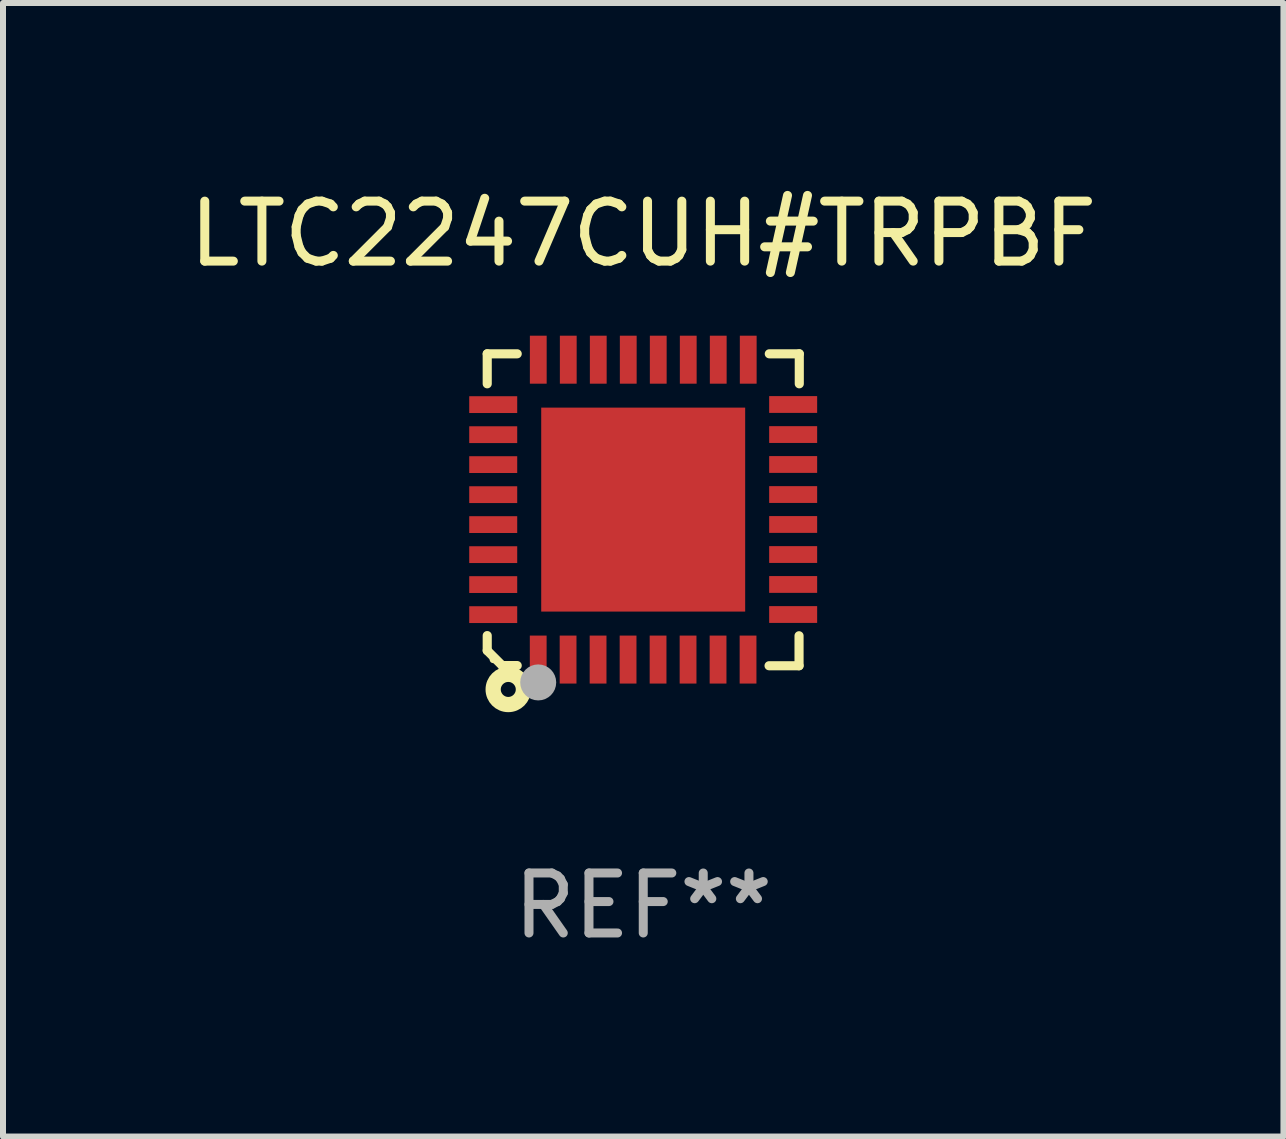
<source format=kicad_pcb>
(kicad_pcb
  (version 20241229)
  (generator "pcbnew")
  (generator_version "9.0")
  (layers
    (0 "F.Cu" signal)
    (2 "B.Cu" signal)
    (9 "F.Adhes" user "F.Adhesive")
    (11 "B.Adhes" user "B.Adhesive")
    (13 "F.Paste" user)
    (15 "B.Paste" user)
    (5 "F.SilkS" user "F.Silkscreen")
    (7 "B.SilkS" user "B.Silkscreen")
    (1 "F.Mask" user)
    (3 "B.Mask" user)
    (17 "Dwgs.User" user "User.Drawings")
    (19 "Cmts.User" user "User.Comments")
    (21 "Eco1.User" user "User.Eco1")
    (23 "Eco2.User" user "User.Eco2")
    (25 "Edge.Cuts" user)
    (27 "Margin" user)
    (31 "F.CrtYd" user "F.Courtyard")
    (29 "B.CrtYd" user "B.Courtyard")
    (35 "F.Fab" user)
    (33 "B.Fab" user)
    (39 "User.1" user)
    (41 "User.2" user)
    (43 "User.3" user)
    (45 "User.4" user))
  (footprint "LTC2247CUH#TRPBF"
    (layer "F.Cu")
    (at 7.673 5.448)
    (property "Reference" "LTC2247CUH#TRPBF" (at 0 -4.6 0) (layer "F.SilkS") (effects (font (size 1 1) (thickness 0.15))))
    (attr through_hole)
    (fp_line (start -2.601 2.097) (end -2.601 2.347) (stroke (width 0.152) (type solid)) (layer "F.SilkS"))
    (fp_line (start -2.601 2.347) (end -2.351 2.597) (stroke (width 0.152) (type solid)) (layer "F.SilkS"))
    (fp_line (start -2.601 -2.6) (end -2.601 -2.1) (stroke (width 0.152) (type solid)) (layer "F.SilkS"))
    (fp_line (start -2.601 -2.6) (end -2.101 -2.6) (stroke (width 0.152) (type solid)) (layer "F.SilkS"))
    (fp_line (start -2.351 2.597) (end -2.101 2.597) (stroke (width 0.152) (type solid)) (layer "F.SilkS"))
    (fp_line (start 2.597 2.6) (end 2.097 2.6) (stroke (width 0.152) (type solid)) (layer "F.SilkS"))
    (fp_line (start 2.597 2.6) (end 2.597 2.1) (stroke (width 0.152) (type solid)) (layer "F.SilkS"))
    (fp_line (start 2.601 -2.6) (end 2.101 -2.6) (stroke (width 0.152) (type solid)) (layer "F.SilkS"))
    (fp_line (start 2.601 -2.6) (end 2.601 -2.1) (stroke (width 0.152) (type solid)) (layer "F.SilkS"))
    (fp_circle (center -2.501 2.497) (end -2.471 2.497) (stroke (width 0.06) (type solid)) (fill no) (layer "F.SilkS"))
    (fp_circle (center -2.25 2.995) (end -2.125 2.995) (stroke (width 0.254) (type solid)) (fill no) (layer "F.SilkS"))
    (fp_circle (center -1.751 2.878) (end -1.601 2.878) (stroke (width 0.3) (type solid)) (fill no) (layer "F.Fab"))
    (fp_text user "REF**" (at 0 6.6 0) (layer "F.Fab") (effects (font (size 1 1) (thickness 0.15))))
    (pad "1" smd rect (at -1.751 2.497) (size 0.28 0.8) (layers "F.Cu" "F.Mask" "F.Paste"))
    (pad "2" smd rect (at -1.253 2.497) (size 0.28 0.8) (layers "F.Cu" "F.Mask" "F.Paste"))
    (pad "3" smd rect (at -0.753 2.497) (size 0.28 0.8) (layers "F.Cu" "F.Mask" "F.Paste"))
    (pad "4" smd rect (at -0.253 2.497) (size 0.28 0.8) (layers "F.Cu" "F.Mask" "F.Paste"))
    (pad "5" smd rect (at 0.247 2.497) (size 0.28 0.8) (layers "F.Cu" "F.Mask" "F.Paste"))
    (pad "6" smd rect (at 0.747 2.497) (size 0.28 0.8) (layers "F.Cu" "F.Mask" "F.Paste"))
    (pad "7" smd rect (at 1.247 2.497) (size 0.28 0.8) (layers "F.Cu" "F.Mask" "F.Paste"))
    (pad "8" smd rect (at 1.747 2.497) (size 0.28 0.8) (layers "F.Cu" "F.Mask" "F.Paste"))
    (pad "9" smd rect (at 2.499 1.746) (size 0.8 0.28) (layers "F.Cu" "F.Mask" "F.Paste"))
    (pad "10" smd rect (at 2.499 1.245) (size 0.8 0.28) (layers "F.Cu" "F.Mask" "F.Paste"))
    (pad "11" smd rect (at 2.499 0.746) (size 0.8 0.28) (layers "F.Cu" "F.Mask" "F.Paste"))
    (pad "12" smd rect (at 2.499 0.245) (size 0.8 0.28) (layers "F.Cu" "F.Mask" "F.Paste"))
    (pad "13" smd rect (at 2.499 -0.254) (size 0.8 0.28) (layers "F.Cu" "F.Mask" "F.Paste"))
    (pad "14" smd rect (at 2.499 -0.755) (size 0.8 0.28) (layers "F.Cu" "F.Mask" "F.Paste"))
    (pad "15" smd rect (at 2.499 -1.254) (size 0.8 0.28) (layers "F.Cu" "F.Mask" "F.Paste"))
    (pad "16" smd rect (at 2.499 -1.755) (size 0.8 0.28) (layers "F.Cu" "F.Mask" "F.Paste"))
    (pad "17" smd rect (at 1.75 -2.502) (size 0.28 0.8) (layers "F.Cu" "F.Mask" "F.Paste"))
    (pad "18" smd rect (at 1.25 -2.502) (size 0.28 0.8) (layers "F.Cu" "F.Mask" "F.Paste"))
    (pad "19" smd rect (at 0.75 -2.502) (size 0.28 0.8) (layers "F.Cu" "F.Mask" "F.Paste"))
    (pad "20" smd rect (at 0.25 -2.502) (size 0.28 0.8) (layers "F.Cu" "F.Mask" "F.Paste"))
    (pad "21" smd rect (at -0.25 -2.502) (size 0.28 0.8) (layers "F.Cu" "F.Mask" "F.Paste"))
    (pad "22" smd rect (at -0.75 -2.502) (size 0.28 0.8) (layers "F.Cu" "F.Mask" "F.Paste"))
    (pad "23" smd rect (at -1.25 -2.502) (size 0.28 0.8) (layers "F.Cu" "F.Mask" "F.Paste"))
    (pad "24" smd rect (at -1.75 -2.502) (size 0.28 0.8) (layers "F.Cu" "F.Mask" "F.Paste"))
    (pad "25" smd rect (at -2.501 -1.753) (size 0.8 0.28) (layers "F.Cu" "F.Mask" "F.Paste"))
    (pad "26" smd rect (at -2.501 -1.252) (size 0.8 0.28) (layers "F.Cu" "F.Mask" "F.Paste"))
    (pad "27" smd rect (at -2.501 -0.753) (size 0.8 0.28) (layers "F.Cu" "F.Mask" "F.Paste"))
    (pad "28" smd rect (at -2.501 -0.252) (size 0.8 0.28) (layers "F.Cu" "F.Mask" "F.Paste"))
    (pad "29" smd rect (at -2.501 0.247) (size 0.8 0.28) (layers "F.Cu" "F.Mask" "F.Paste"))
    (pad "30" smd rect (at -2.501 0.748) (size 0.8 0.28) (layers "F.Cu" "F.Mask" "F.Paste"))
    (pad "31" smd rect (at -2.501 1.247) (size 0.8 0.28) (layers "F.Cu" "F.Mask" "F.Paste"))
    (pad "32" smd rect (at -2.501 1.748) (size 0.8 0.28) (layers "F.Cu" "F.Mask" "F.Paste"))
    (pad "33" smd rect (at -0.001 -0.003 180) (size 3.4 3.4) (layers "F.Cu" "F.Mask" "F.Paste")))
  (gr_rect
    (start -3 -3)
    (end 18.345 15.896)
    (stroke (width 0.1) (type default))
    (fill no)
    (layer "Edge.Cuts")))
</source>
